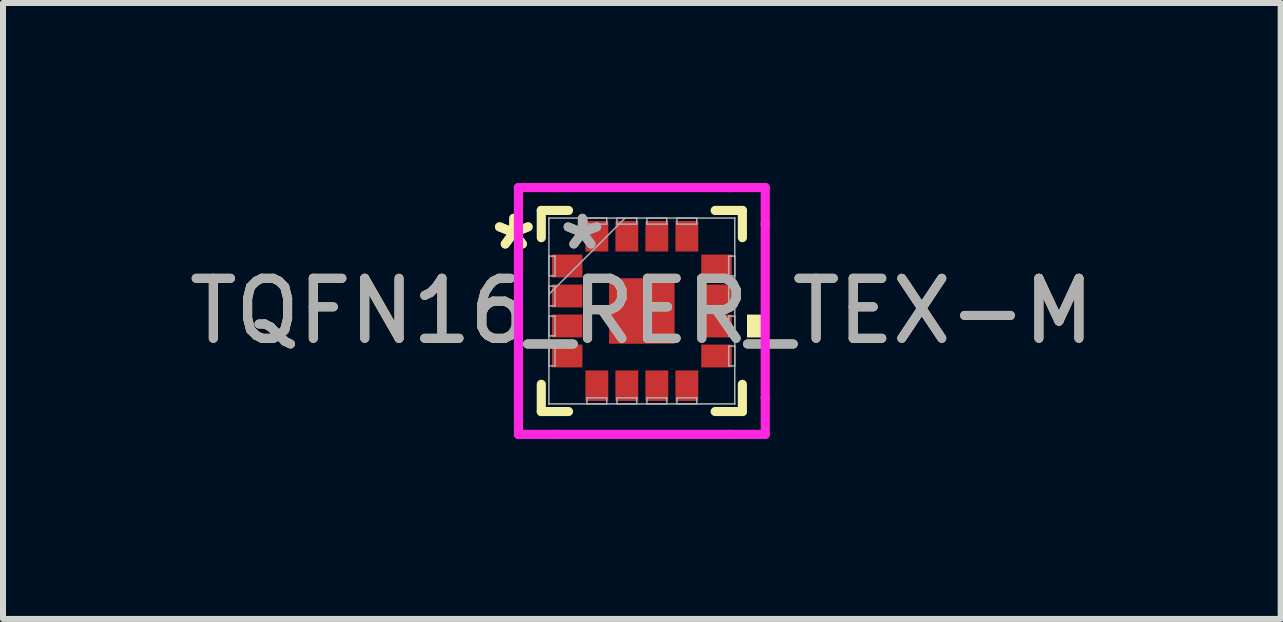
<source format=kicad_pcb>
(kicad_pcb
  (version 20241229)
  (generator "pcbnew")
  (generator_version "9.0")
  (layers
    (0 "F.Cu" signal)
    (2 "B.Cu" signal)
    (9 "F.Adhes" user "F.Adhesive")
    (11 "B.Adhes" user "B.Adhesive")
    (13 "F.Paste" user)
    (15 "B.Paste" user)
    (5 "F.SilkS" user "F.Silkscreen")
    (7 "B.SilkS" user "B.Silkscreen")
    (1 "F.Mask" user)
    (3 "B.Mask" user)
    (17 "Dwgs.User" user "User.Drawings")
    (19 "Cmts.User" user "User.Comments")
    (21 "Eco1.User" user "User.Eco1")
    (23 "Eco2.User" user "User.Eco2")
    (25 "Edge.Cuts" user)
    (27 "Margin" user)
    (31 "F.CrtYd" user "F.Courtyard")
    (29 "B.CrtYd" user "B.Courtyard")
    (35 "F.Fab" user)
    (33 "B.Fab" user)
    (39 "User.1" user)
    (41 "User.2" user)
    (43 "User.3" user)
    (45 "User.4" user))
  (footprint "TQFN16_RER_TEX-M"
    (layer "F.Cu")
    (at 7.649 2.134)
    (property "Reference" "TQFN16_RER_TEX-M" (at 0 0 0) (unlocked yes) (layer "F.SilkS") (effects (font (size 1 1) (thickness 0.15))))
    (attr smd)
    (fp_line (start -1.676 -1.676) (end -1.676 -1.222) (stroke (width 0.152) (type solid)) (layer "F.SilkS"))
    (fp_line (start -1.676 1.222) (end -1.676 1.676) (stroke (width 0.152) (type solid)) (layer "F.SilkS"))
    (fp_line (start -1.676 1.676) (end -1.222 1.676) (stroke (width 0.152) (type solid)) (layer "F.SilkS"))
    (fp_line (start -1.222 -1.676) (end -1.676 -1.676) (stroke (width 0.152) (type solid)) (layer "F.SilkS"))
    (fp_line (start 1.222 1.676) (end 1.676 1.676) (stroke (width 0.152) (type solid)) (layer "F.SilkS"))
    (fp_line (start 1.676 -1.676) (end 1.222 -1.676) (stroke (width 0.152) (type solid)) (layer "F.SilkS"))
    (fp_line (start 1.676 -1.222) (end 1.676 -1.676) (stroke (width 0.152) (type solid)) (layer "F.SilkS"))
    (fp_line (start 1.676 1.676) (end 1.676 1.222) (stroke (width 0.152) (type solid)) (layer "F.SilkS"))
    (fp_poly (pts (xy 2.007 0.06) (xy 2.007 0.441) (xy 1.753 0.441) (xy 1.753 0.06)) (stroke (width 0) (type solid)) (fill yes) (layer "F.SilkS"))
    (fp_line (start -2.057 -2.057) (end -1.449 -2.057) (stroke (width 0.152) (type solid)) (layer "F.CrtYd"))
    (fp_line (start -2.057 -1.449) (end -2.057 -2.057) (stroke (width 0.152) (type solid)) (layer "F.CrtYd"))
    (fp_line (start -2.057 -1.449) (end -2.057 -1.449) (stroke (width 0.152) (type solid)) (layer "F.CrtYd"))
    (fp_line (start -2.057 1.449) (end -2.057 -1.449) (stroke (width 0.152) (type solid)) (layer "F.CrtYd"))
    (fp_line (start -2.057 1.449) (end -2.057 1.449) (stroke (width 0.152) (type solid)) (layer "F.CrtYd"))
    (fp_line (start -2.057 2.057) (end -2.057 1.449) (stroke (width 0.152) (type solid)) (layer "F.CrtYd"))
    (fp_line (start -1.449 -2.057) (end -1.449 -2.057) (stroke (width 0.152) (type solid)) (layer "F.CrtYd"))
    (fp_line (start -1.449 -2.057) (end 1.449 -2.057) (stroke (width 0.152) (type solid)) (layer "F.CrtYd"))
    (fp_line (start -1.449 2.057) (end -2.057 2.057) (stroke (width 0.152) (type solid)) (layer "F.CrtYd"))
    (fp_line (start -1.449 2.057) (end -1.449 2.057) (stroke (width 0.152) (type solid)) (layer "F.CrtYd"))
    (fp_line (start 1.449 -2.057) (end 1.449 -2.057) (stroke (width 0.152) (type solid)) (layer "F.CrtYd"))
    (fp_line (start 1.449 -2.057) (end 2.057 -2.057) (stroke (width 0.152) (type solid)) (layer "F.CrtYd"))
    (fp_line (start 1.449 2.057) (end -1.449 2.057) (stroke (width 0.152) (type solid)) (layer "F.CrtYd"))
    (fp_line (start 1.449 2.057) (end 1.449 2.057) (stroke (width 0.152) (type solid)) (layer "F.CrtYd"))
    (fp_line (start 2.057 -2.057) (end 2.057 -1.449) (stroke (width 0.152) (type solid)) (layer "F.CrtYd"))
    (fp_line (start 2.057 -1.449) (end 2.057 -1.449) (stroke (width 0.152) (type solid)) (layer "F.CrtYd"))
    (fp_line (start 2.057 -1.449) (end 2.057 1.449) (stroke (width 0.152) (type solid)) (layer "F.CrtYd"))
    (fp_line (start 2.057 1.449) (end 2.057 1.449) (stroke (width 0.152) (type solid)) (layer "F.CrtYd"))
    (fp_line (start 2.057 1.449) (end 2.057 2.057) (stroke (width 0.152) (type solid)) (layer "F.CrtYd"))
    (fp_line (start 2.057 2.057) (end 1.449 2.057) (stroke (width 0.152) (type solid)) (layer "F.CrtYd"))
    (fp_line (start -1.549 -1.549) (end -1.549 -1.549) (stroke (width 0.025) (type solid)) (layer "F.Fab"))
    (fp_line (start -1.549 -1.549) (end -1.549 1.549) (stroke (width 0.025) (type solid)) (layer "F.Fab"))
    (fp_line (start -1.549 -0.915) (end -1.448 -0.915) (stroke (width 0.025) (type solid)) (layer "F.Fab"))
    (fp_line (start -1.549 -0.585) (end -1.549 -0.915) (stroke (width 0.025) (type solid)) (layer "F.Fab"))
    (fp_line (start -1.549 -0.415) (end -1.448 -0.415) (stroke (width 0.025) (type solid)) (layer "F.Fab"))
    (fp_line (start -1.549 -0.279) (end -0.279 -1.549) (stroke (width 0.025) (type solid)) (layer "F.Fab"))
    (fp_line (start -1.549 -0.085) (end -1.549 -0.415) (stroke (width 0.025) (type solid)) (layer "F.Fab"))
    (fp_line (start -1.549 0.085) (end -1.448 0.085) (stroke (width 0.025) (type solid)) (layer "F.Fab"))
    (fp_line (start -1.549 0.415) (end -1.549 0.085) (stroke (width 0.025) (type solid)) (layer "F.Fab"))
    (fp_line (start -1.549 0.585) (end -1.448 0.585) (stroke (width 0.025) (type solid)) (layer "F.Fab"))
    (fp_line (start -1.549 0.915) (end -1.549 0.585) (stroke (width 0.025) (type solid)) (layer "F.Fab"))
    (fp_line (start -1.549 1.549) (end -1.549 1.549) (stroke (width 0.025) (type solid)) (layer "F.Fab"))
    (fp_line (start -1.549 1.549) (end 1.549 1.549) (stroke (width 0.025) (type solid)) (layer "F.Fab"))
    (fp_line (start -1.448 -0.915) (end -1.448 -0.585) (stroke (width 0.025) (type solid)) (layer "F.Fab"))
    (fp_line (start -1.448 -0.585) (end -1.549 -0.585) (stroke (width 0.025) (type solid)) (layer "F.Fab"))
    (fp_line (start -1.448 -0.415) (end -1.448 -0.085) (stroke (width 0.025) (type solid)) (layer "F.Fab"))
    (fp_line (start -1.448 -0.085) (end -1.549 -0.085) (stroke (width 0.025) (type solid)) (layer "F.Fab"))
    (fp_line (start -1.448 0.085) (end -1.448 0.415) (stroke (width 0.025) (type solid)) (layer "F.Fab"))
    (fp_line (start -1.448 0.415) (end -1.549 0.415) (stroke (width 0.025) (type solid)) (layer "F.Fab"))
    (fp_line (start -1.448 0.585) (end -1.448 0.915) (stroke (width 0.025) (type solid)) (layer "F.Fab"))
    (fp_line (start -1.448 0.915) (end -1.549 0.915) (stroke (width 0.025) (type solid)) (layer "F.Fab"))
    (fp_line (start -0.915 -1.549) (end -0.585 -1.549) (stroke (width 0.025) (type solid)) (layer "F.Fab"))
    (fp_line (start -0.915 -1.448) (end -0.915 -1.549) (stroke (width 0.025) (type solid)) (layer "F.Fab"))
    (fp_line (start -0.915 1.448) (end -0.585 1.448) (stroke (width 0.025) (type solid)) (layer "F.Fab"))
    (fp_line (start -0.915 1.549) (end -0.915 1.448) (stroke (width 0.025) (type solid)) (layer "F.Fab"))
    (fp_line (start -0.585 -1.549) (end -0.585 -1.448) (stroke (width 0.025) (type solid)) (layer "F.Fab"))
    (fp_line (start -0.585 -1.448) (end -0.915 -1.448) (stroke (width 0.025) (type solid)) (layer "F.Fab"))
    (fp_line (start -0.585 1.448) (end -0.585 1.549) (stroke (width 0.025) (type solid)) (layer "F.Fab"))
    (fp_line (start -0.585 1.549) (end -0.915 1.549) (stroke (width 0.025) (type solid)) (layer "F.Fab"))
    (fp_line (start -0.415 -1.549) (end -0.085 -1.549) (stroke (width 0.025) (type solid)) (layer "F.Fab"))
    (fp_line (start -0.415 -1.448) (end -0.415 -1.549) (stroke (width 0.025) (type solid)) (layer "F.Fab"))
    (fp_line (start -0.415 1.448) (end -0.085 1.448) (stroke (width 0.025) (type solid)) (layer "F.Fab"))
    (fp_line (start -0.415 1.549) (end -0.415 1.448) (stroke (width 0.025) (type solid)) (layer "F.Fab"))
    (fp_line (start -0.085 -1.549) (end -0.085 -1.448) (stroke (width 0.025) (type solid)) (layer "F.Fab"))
    (fp_line (start -0.085 -1.448) (end -0.415 -1.448) (stroke (width 0.025) (type solid)) (layer "F.Fab"))
    (fp_line (start -0.085 1.448) (end -0.085 1.549) (stroke (width 0.025) (type solid)) (layer "F.Fab"))
    (fp_line (start -0.085 1.549) (end -0.415 1.549) (stroke (width 0.025) (type solid)) (layer "F.Fab"))
    (fp_line (start 0.085 -1.549) (end 0.415 -1.549) (stroke (width 0.025) (type solid)) (layer "F.Fab"))
    (fp_line (start 0.085 -1.448) (end 0.085 -1.549) (stroke (width 0.025) (type solid)) (layer "F.Fab"))
    (fp_line (start 0.085 1.448) (end 0.415 1.448) (stroke (width 0.025) (type solid)) (layer "F.Fab"))
    (fp_line (start 0.085 1.549) (end 0.085 1.448) (stroke (width 0.025) (type solid)) (layer "F.Fab"))
    (fp_line (start 0.415 -1.549) (end 0.415 -1.448) (stroke (width 0.025) (type solid)) (layer "F.Fab"))
    (fp_line (start 0.415 -1.448) (end 0.085 -1.448) (stroke (width 0.025) (type solid)) (layer "F.Fab"))
    (fp_line (start 0.415 1.448) (end 0.415 1.549) (stroke (width 0.025) (type solid)) (layer "F.Fab"))
    (fp_line (start 0.415 1.549) (end 0.085 1.549) (stroke (width 0.025) (type solid)) (layer "F.Fab"))
    (fp_line (start 0.585 -1.549) (end 0.915 -1.549) (stroke (width 0.025) (type solid)) (layer "F.Fab"))
    (fp_line (start 0.585 -1.448) (end 0.585 -1.549) (stroke (width 0.025) (type solid)) (layer "F.Fab"))
    (fp_line (start 0.585 1.448) (end 0.915 1.448) (stroke (width 0.025) (type solid)) (layer "F.Fab"))
    (fp_line (start 0.585 1.549) (end 0.585 1.448) (stroke (width 0.025) (type solid)) (layer "F.Fab"))
    (fp_line (start 0.915 -1.549) (end 0.915 -1.448) (stroke (width 0.025) (type solid)) (layer "F.Fab"))
    (fp_line (start 0.915 -1.448) (end 0.585 -1.448) (stroke (width 0.025) (type solid)) (layer "F.Fab"))
    (fp_line (start 0.915 1.448) (end 0.915 1.549) (stroke (width 0.025) (type solid)) (layer "F.Fab"))
    (fp_line (start 0.915 1.549) (end 0.585 1.549) (stroke (width 0.025) (type solid)) (layer "F.Fab"))
    (fp_line (start 1.448 -0.915) (end 1.549 -0.915) (stroke (width 0.025) (type solid)) (layer "F.Fab"))
    (fp_line (start 1.448 -0.585) (end 1.448 -0.915) (stroke (width 0.025) (type solid)) (layer "F.Fab"))
    (fp_line (start 1.448 -0.415) (end 1.549 -0.415) (stroke (width 0.025) (type solid)) (layer "F.Fab"))
    (fp_line (start 1.448 -0.085) (end 1.448 -0.415) (stroke (width 0.025) (type solid)) (layer "F.Fab"))
    (fp_line (start 1.448 0.085) (end 1.549 0.085) (stroke (width 0.025) (type solid)) (layer "F.Fab"))
    (fp_line (start 1.448 0.415) (end 1.448 0.085) (stroke (width 0.025) (type solid)) (layer "F.Fab"))
    (fp_line (start 1.448 0.585) (end 1.549 0.585) (stroke (width 0.025) (type solid)) (layer "F.Fab"))
    (fp_line (start 1.448 0.915) (end 1.448 0.585) (stroke (width 0.025) (type solid)) (layer "F.Fab"))
    (fp_line (start 1.549 -1.549) (end -1.549 -1.549) (stroke (width 0.025) (type solid)) (layer "F.Fab"))
    (fp_line (start 1.549 -1.549) (end 1.549 -1.549) (stroke (width 0.025) (type solid)) (layer "F.Fab"))
    (fp_line (start 1.549 -0.915) (end 1.549 -0.585) (stroke (width 0.025) (type solid)) (layer "F.Fab"))
    (fp_line (start 1.549 -0.585) (end 1.448 -0.585) (stroke (width 0.025) (type solid)) (layer "F.Fab"))
    (fp_line (start 1.549 -0.415) (end 1.549 -0.085) (stroke (width 0.025) (type solid)) (layer "F.Fab"))
    (fp_line (start 1.549 -0.085) (end 1.448 -0.085) (stroke (width 0.025) (type solid)) (layer "F.Fab"))
    (fp_line (start 1.549 0.085) (end 1.549 0.415) (stroke (width 0.025) (type solid)) (layer "F.Fab"))
    (fp_line (start 1.549 0.415) (end 1.448 0.415) (stroke (width 0.025) (type solid)) (layer "F.Fab"))
    (fp_line (start 1.549 0.585) (end 1.549 0.915) (stroke (width 0.025) (type solid)) (layer "F.Fab"))
    (fp_line (start 1.549 0.915) (end 1.448 0.915) (stroke (width 0.025) (type solid)) (layer "F.Fab"))
    (fp_line (start 1.549 1.549) (end 1.549 -1.549) (stroke (width 0.025) (type solid)) (layer "F.Fab"))
    (fp_line (start 1.549 1.549) (end 1.549 1.549) (stroke (width 0.025) (type solid)) (layer "F.Fab"))
    (fp_text user "*" (at -2.134 -1 0) (unlocked yes) (layer "F.SilkS") (effects (font (size 1 1) (thickness 0.15))))
    (fp_text user "*" (at -2.134 -1 0) (layer "F.SilkS") (effects (font (size 1 1) (thickness 0.15))))
    (fp_text user "*" (at -0.991 -1 0) (layer "F.Fab") (effects (font (size 1 1) (thickness 0.15))))
    (fp_text user "*" (at -0.991 -1 0) (unlocked yes) (layer "F.Fab") (effects (font (size 1 1) (thickness 0.15))))
    (fp_text user "${REFERENCE}" (at 0 0 0) (unlocked yes) (layer "F.Fab") (effects (font (size 1 1) (thickness 0.15))))
    (pad "1" smd rect (at -1.245 -0.75 90) (size 0.381 0.508) (layers "F.Cu" "F.Mask" "F.Paste"))
    (pad "2" smd rect (at -1.245 -0.25 90) (size 0.381 0.508) (layers "F.Cu" "F.Mask" "F.Paste"))
    (pad "3" smd rect (at -1.245 0.25 90) (size 0.381 0.508) (layers "F.Cu" "F.Mask" "F.Paste"))
    (pad "4" smd rect (at -1.245 0.75 90) (size 0.381 0.508) (layers "F.Cu" "F.Mask" "F.Paste"))
    (pad "5" smd rect (at -0.75 1.245) (size 0.381 0.508) (layers "F.Cu" "F.Mask" "F.Paste"))
    (pad "6" smd rect (at -0.25 1.245) (size 0.381 0.508) (layers "F.Cu" "F.Mask" "F.Paste"))
    (pad "7" smd rect (at 0.25 1.245) (size 0.381 0.508) (layers "F.Cu" "F.Mask" "F.Paste"))
    (pad "8" smd rect (at 0.75 1.245) (size 0.381 0.508) (layers "F.Cu" "F.Mask" "F.Paste"))
    (pad "9" smd rect (at 1.245 0.75 90) (size 0.381 0.508) (layers "F.Cu" "F.Mask" "F.Paste"))
    (pad "10" smd rect (at 1.245 0.25 90) (size 0.381 0.508) (layers "F.Cu" "F.Mask" "F.Paste"))
    (pad "11" smd rect (at 1.245 -0.25 90) (size 0.381 0.508) (layers "F.Cu" "F.Mask" "F.Paste"))
    (pad "12" smd rect (at 1.245 -0.75 90) (size 0.381 0.508) (layers "F.Cu" "F.Mask" "F.Paste"))
    (pad "13" smd rect (at 0.75 -1.245) (size 0.381 0.508) (layers "F.Cu" "F.Mask" "F.Paste"))
    (pad "14" smd rect (at 0.25 -1.245) (size 0.381 0.508) (layers "F.Cu" "F.Mask" "F.Paste"))
    (pad "15" smd rect (at -0.25 -1.245) (size 0.381 0.508) (layers "F.Cu" "F.Mask" "F.Paste"))
    (pad "16" smd rect (at -0.75 -1.245) (size 0.381 0.508) (layers "F.Cu" "F.Mask" "F.Paste"))
    (pad "17" smd rect (at 0 0) (size 1.092 1.092) (layers "F.Cu" "F.Mask" "F.Paste")))
  (gr_rect
    (start -3 -3)
    (end 18.298 7.267)
    (stroke (width 0.1) (type default))
    (fill no)
    (layer "Edge.Cuts")))
</source>
